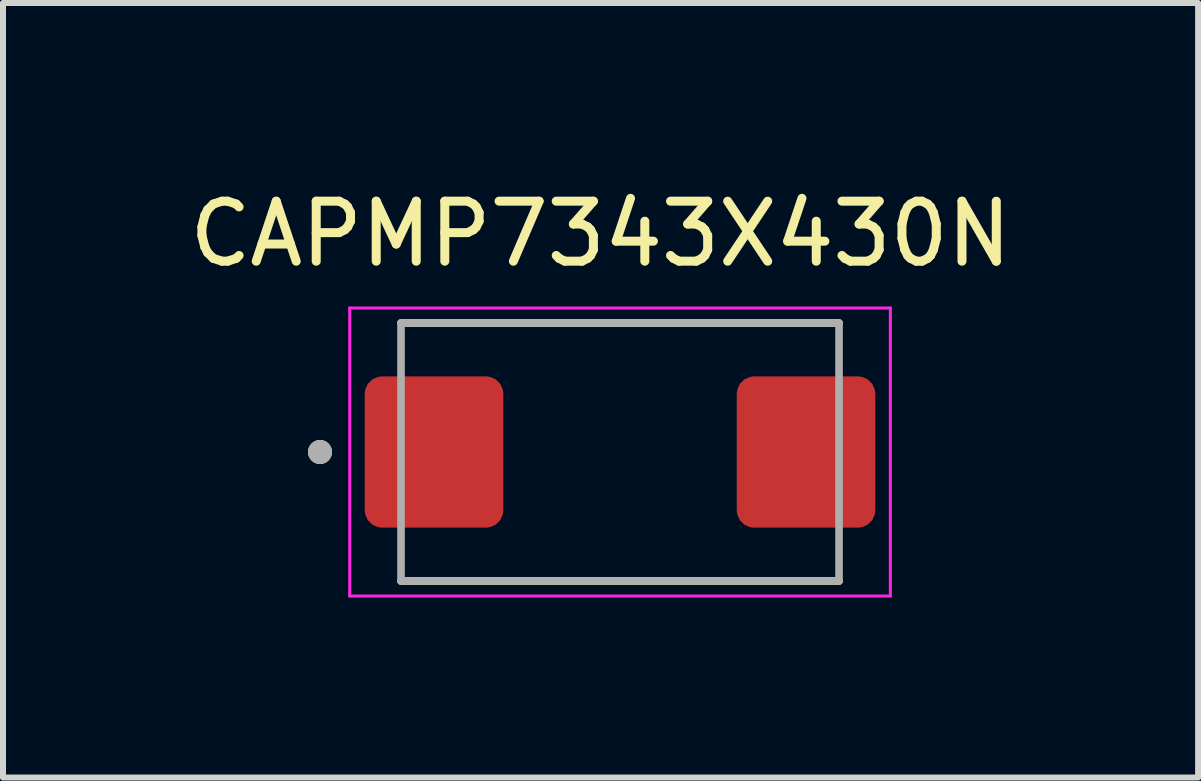
<source format=kicad_pcb>
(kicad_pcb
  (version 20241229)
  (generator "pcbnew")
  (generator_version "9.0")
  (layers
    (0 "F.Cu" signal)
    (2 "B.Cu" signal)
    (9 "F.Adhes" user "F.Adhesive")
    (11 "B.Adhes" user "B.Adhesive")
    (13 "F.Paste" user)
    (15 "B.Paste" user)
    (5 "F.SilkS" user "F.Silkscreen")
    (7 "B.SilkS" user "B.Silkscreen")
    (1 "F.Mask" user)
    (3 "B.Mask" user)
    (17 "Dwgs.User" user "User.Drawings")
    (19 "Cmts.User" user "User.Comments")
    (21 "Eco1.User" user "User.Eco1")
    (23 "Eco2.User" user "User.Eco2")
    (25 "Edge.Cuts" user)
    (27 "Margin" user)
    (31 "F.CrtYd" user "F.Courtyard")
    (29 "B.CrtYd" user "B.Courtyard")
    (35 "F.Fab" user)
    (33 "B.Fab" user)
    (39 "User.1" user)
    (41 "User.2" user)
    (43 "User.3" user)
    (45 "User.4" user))
  (footprint "CAPMP7343X430N"
    (layer "F.Cu")
    (at 7.283 4.483)
    (property "Reference" "CAPMP7343X430N" (at -0.325 -3.635 0) (layer "F.SilkS") (effects (font (size 1 1) (thickness 0.15))))
    (attr smd)
    (fp_line (start -3.65 -2.15) (end 3.65 -2.15) (stroke (width 0.127) (type solid)) (layer "F.SilkS"))
    (fp_line (start -3.65 2.15) (end 3.65 2.15) (stroke (width 0.127) (type solid)) (layer "F.SilkS"))
    (fp_circle (center -5 0) (end -4.9 0) (stroke (width 0.2) (type solid)) (fill no) (layer "F.SilkS"))
    (fp_line (start -4.505 -2.4) (end 4.505 -2.4) (stroke (width 0.05) (type solid)) (layer "F.CrtYd"))
    (fp_line (start -4.505 2.4) (end -4.505 -2.4) (stroke (width 0.05) (type solid)) (layer "F.CrtYd"))
    (fp_line (start 4.505 -2.4) (end 4.505 2.4) (stroke (width 0.05) (type solid)) (layer "F.CrtYd"))
    (fp_line (start 4.505 2.4) (end -4.505 2.4) (stroke (width 0.05) (type solid)) (layer "F.CrtYd"))
    (fp_line (start -3.65 -2.15) (end -3.65 2.15) (stroke (width 0.127) (type solid)) (layer "F.Fab"))
    (fp_line (start -3.65 2.15) (end 3.65 2.15) (stroke (width 0.127) (type solid)) (layer "F.Fab"))
    (fp_line (start 3.65 -2.15) (end -3.65 -2.15) (stroke (width 0.127) (type solid)) (layer "F.Fab"))
    (fp_line (start 3.65 2.15) (end 3.65 -2.15) (stroke (width 0.127) (type solid)) (layer "F.Fab"))
    (fp_circle (center -5 0) (end -4.9 0) (stroke (width 0.2) (type solid)) (fill no) (layer "F.Fab"))
    (pad "1" smd roundrect (at -3.1 0) (size 2.31 2.52) (layers "F.Cu" "F.Mask" "F.Paste") (roundrect_rratio 0.125))
    (pad "2" smd roundrect (at 3.1 0) (size 2.31 2.52) (layers "F.Cu" "F.Mask" "F.Paste") (roundrect_rratio 0.125)))
  (gr_rect
    (start -3 -3)
    (end 16.917 9.908)
    (stroke (width 0.1) (type default))
    (fill no)
    (layer "Edge.Cuts")))
</source>
